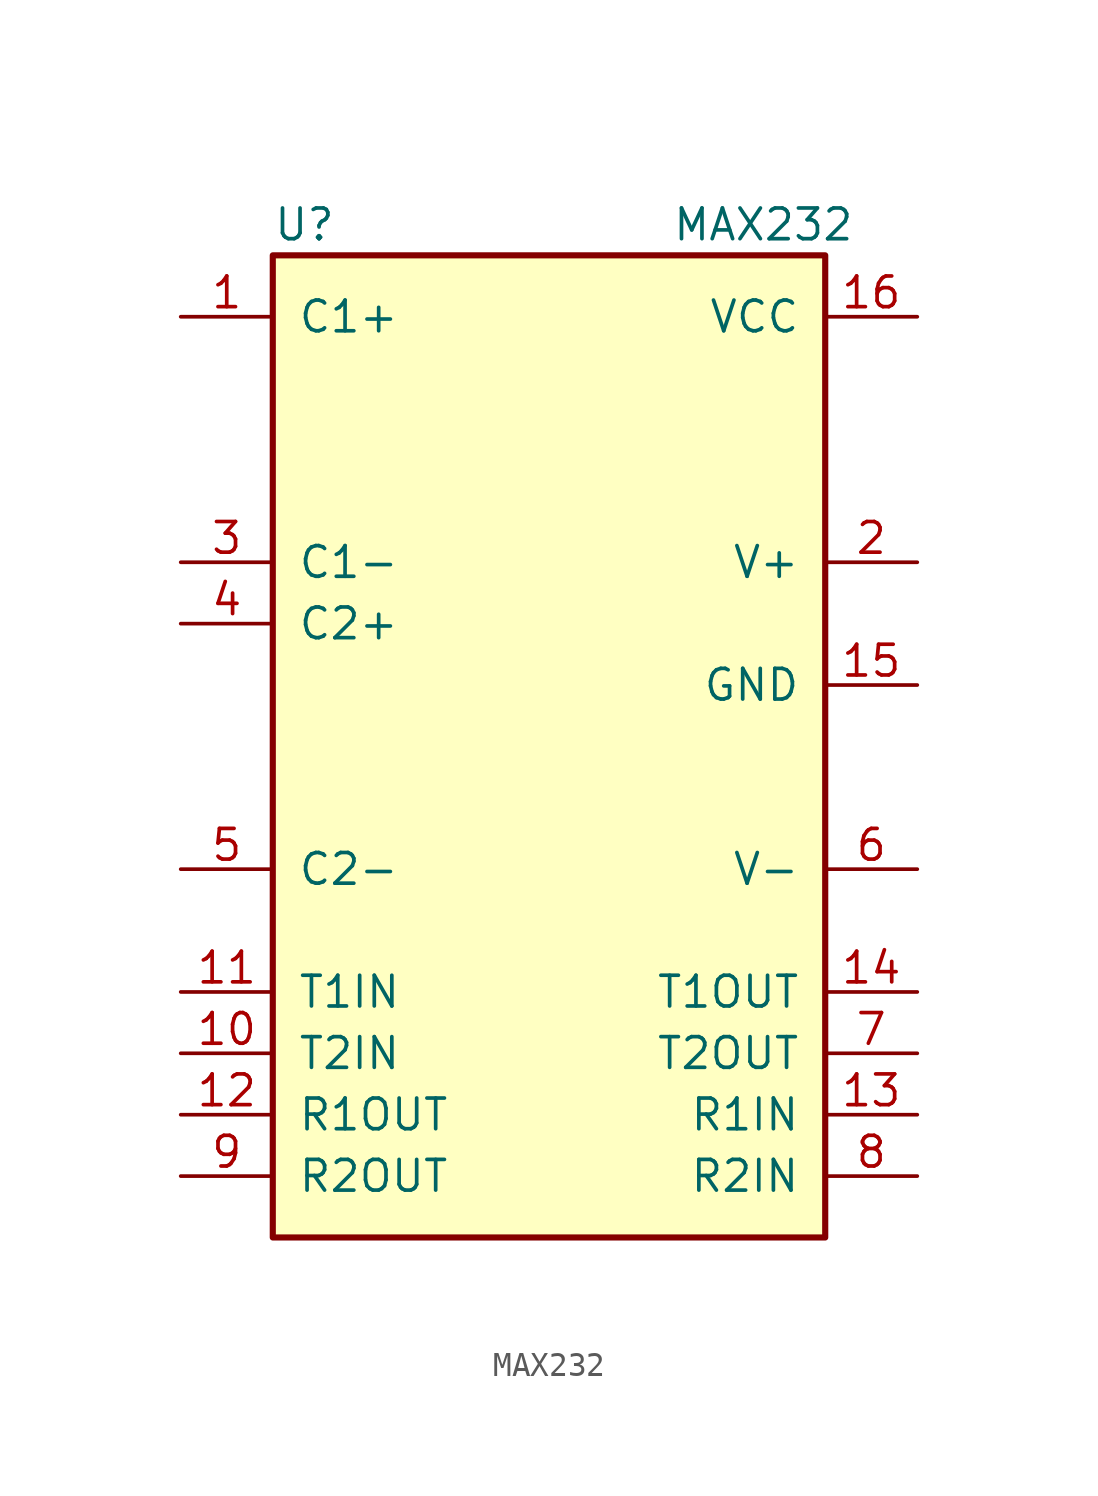
<source format=kicad_sym>
(kicad_symbol_lib
  (version 20231120)
  (generator "kicad_symbol_editor")
  (generator_version "8.0")
  (symbol "MAX232"
    (pin_names
      (offset 1.016))
    (property "Reference" "U"
      (at -11.43 21.59 0)
      (effects (font (size 1.27 1.27)) (justify left)))
    (property "Value" "MAX232"
      (at 5.08 21.59 0)
      (effects (font (size 1.27 1.27)) (justify left)))
    (property "Footprint" ""
      (at 0 0 0)
      (effects (font (size 1.27 1.27))))
    (property "Datasheet" ""
      (at 0 0 0)
      (effects (font (size 1.27 1.27))))
    (symbol "MAX232_0_1"
      (rectangle (start -11.43 -20.32) (end 11.43 20.32) (stroke (width 0.254) (type solid)) (fill (type background))))
    (symbol "MAX232_1_1"
      (pin passive line (at -15.24 17.78 0) (length 3.81) (name "C1+" (effects (font (size 1.27 1.27)))) (number "1" (effects (font (size 1.27 1.27)))))
      (pin input line (at -15.24 -12.7 0) (length 3.81) (name "T2IN" (effects (font (size 1.27 1.27)))) (number "10" (effects (font (size 1.27 1.27)))))
      (pin input line (at -15.24 -10.16 0) (length 3.81) (name "T1IN" (effects (font (size 1.27 1.27)))) (number "11" (effects (font (size 1.27 1.27)))))
      (pin output line (at -15.24 -15.24 0) (length 3.81) (name "R1OUT" (effects (font (size 1.27 1.27)))) (number "12" (effects (font (size 1.27 1.27)))))
      (pin input line (at 15.24 -15.24 180) (length 3.81) (name "R1IN" (effects (font (size 1.27 1.27)))) (number "13" (effects (font (size 1.27 1.27)))))
      (pin output line (at 15.24 -10.16 180) (length 3.81) (name "T1OUT" (effects (font (size 1.27 1.27)))) (number "14" (effects (font (size 1.27 1.27)))))
      (pin passive line (at 15.24 2.54 180) (length 3.81) (name "GND" (effects (font (size 1.27 1.27)))) (number "15" (effects (font (size 1.27 1.27)))))
      (pin passive line (at 15.24 17.78 180) (length 3.81) (name "VCC" (effects (font (size 1.27 1.27)))) (number "16" (effects (font (size 1.27 1.27)))))
      (pin passive line (at 15.24 7.62 180) (length 3.81) (name "V+" (effects (font (size 1.27 1.27)))) (number "2" (effects (font (size 1.27 1.27)))))
      (pin passive line (at -15.24 7.62 0) (length 3.81) (name "C1-" (effects (font (size 1.27 1.27)))) (number "3" (effects (font (size 1.27 1.27)))))
      (pin passive line (at -15.24 5.08 0) (length 3.81) (name "C2+" (effects (font (size 1.27 1.27)))) (number "4" (effects (font (size 1.27 1.27)))))
      (pin passive line (at -15.24 -5.08 0) (length 3.81) (name "C2-" (effects (font (size 1.27 1.27)))) (number "5" (effects (font (size 1.27 1.27)))))
      (pin passive line (at 15.24 -5.08 180) (length 3.81) (name "V-" (effects (font (size 1.27 1.27)))) (number "6" (effects (font (size 1.27 1.27)))))
      (pin output line (at 15.24 -12.7 180) (length 3.81) (name "T2OUT" (effects (font (size 1.27 1.27)))) (number "7" (effects (font (size 1.27 1.27)))))
      (pin input line (at 15.24 -17.78 180) (length 3.81) (name "R2IN" (effects (font (size 1.27 1.27)))) (number "8" (effects (font (size 1.27 1.27)))))
      (pin output line (at -15.24 -17.78 0) (length 3.81) (name "R2OUT" (effects (font (size 1.27 1.27)))) (number "9" (effects (font (size 1.27 1.27))))))))
</source>
